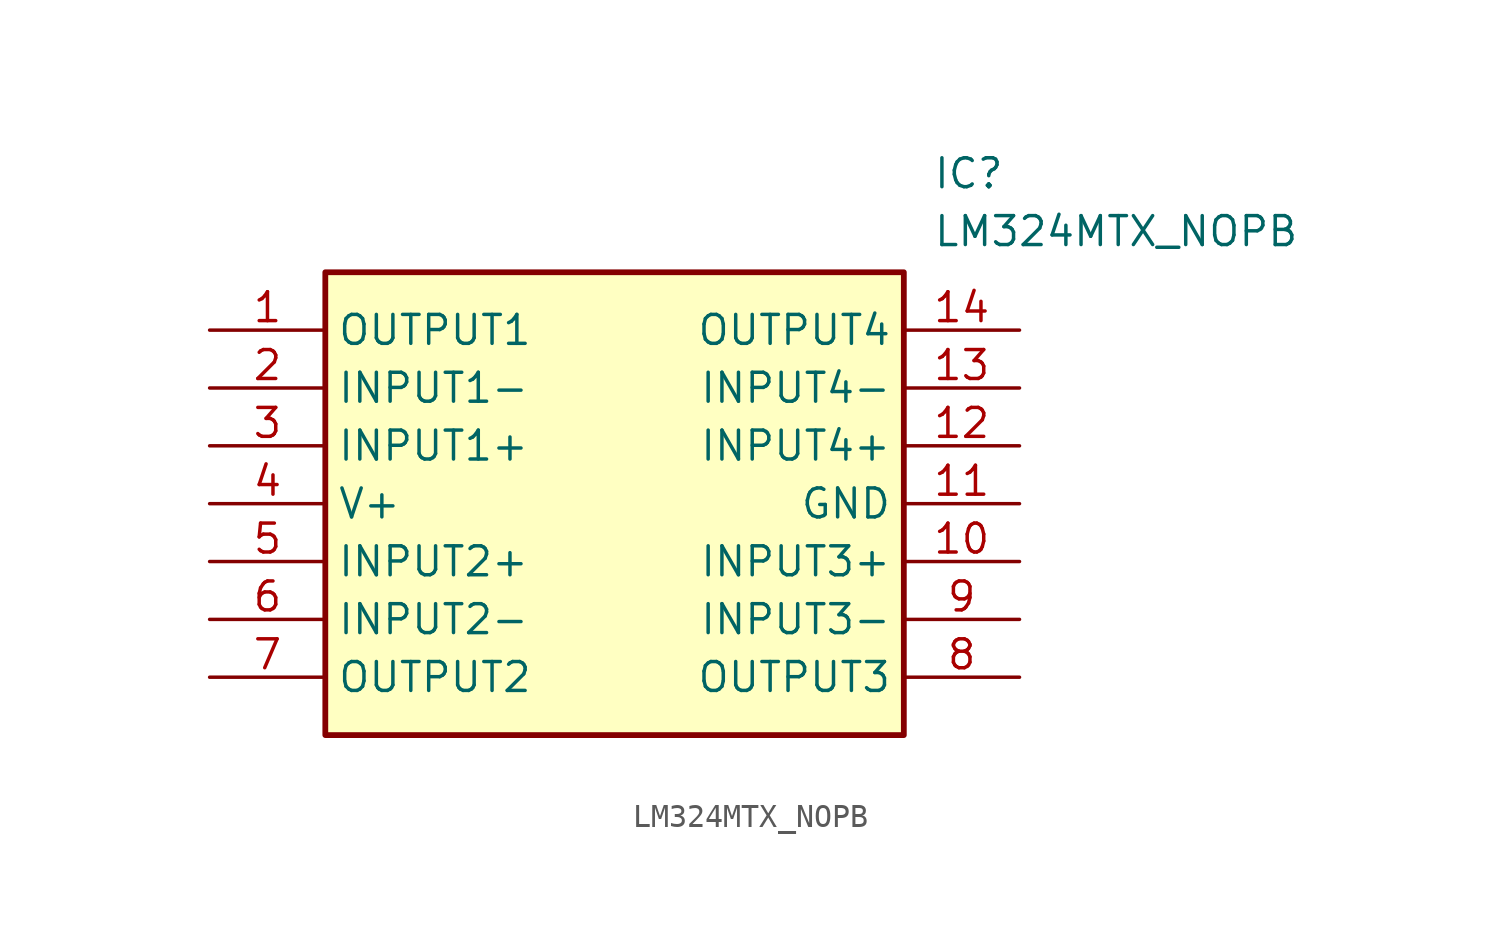
<source format=kicad_sym>
(kicad_symbol_lib
  (version 20211014)
  (generator SamacSys_ECAD_Model)
  (symbol "LM324MTX_NOPB"
    (property "Reference" "IC"
      (at 31.75 7.62 0)
      (effects (font (size 1.27 1.27)) (justify left top)))
    (property "Value" "LM324MTX_NOPB"
      (at 31.75 5.08 0)
      (effects (font (size 1.27 1.27)) (justify left top)))
    (rectangle
      (start 5.08 2.54)
      (end 30.48 -17.78)
      (stroke (width 0.254) (type default))
      (fill (type background)))
    (pin passive line
      (at 0 0 0)
      (length 5.08)
      (name "OUTPUT1" (effects (font (size 1.27 1.27))))
      (number "1" (effects (font (size 1.27 1.27)))))
    (pin passive line
      (at 0 -2.54 0)
      (length 5.08)
      (name "INPUT1-" (effects (font (size 1.27 1.27))))
      (number "2" (effects (font (size 1.27 1.27)))))
    (pin passive line
      (at 0 -5.08 0)
      (length 5.08)
      (name "INPUT1+" (effects (font (size 1.27 1.27))))
      (number "3" (effects (font (size 1.27 1.27)))))
    (pin passive line
      (at 0 -7.62 0)
      (length 5.08)
      (name "V+" (effects (font (size 1.27 1.27))))
      (number "4" (effects (font (size 1.27 1.27)))))
    (pin passive line
      (at 0 -10.16 0)
      (length 5.08)
      (name "INPUT2+" (effects (font (size 1.27 1.27))))
      (number "5" (effects (font (size 1.27 1.27)))))
    (pin passive line
      (at 0 -12.7 0)
      (length 5.08)
      (name "INPUT2-" (effects (font (size 1.27 1.27))))
      (number "6" (effects (font (size 1.27 1.27)))))
    (pin passive line
      (at 0 -15.24 0)
      (length 5.08)
      (name "OUTPUT2" (effects (font (size 1.27 1.27))))
      (number "7" (effects (font (size 1.27 1.27)))))
    (pin passive line
      (at 35.56 0 180)
      (length 5.08)
      (name "OUTPUT4" (effects (font (size 1.27 1.27))))
      (number "14" (effects (font (size 1.27 1.27)))))
    (pin passive line
      (at 35.56 -2.54 180)
      (length 5.08)
      (name "INPUT4-" (effects (font (size 1.27 1.27))))
      (number "13" (effects (font (size 1.27 1.27)))))
    (pin passive line
      (at 35.56 -5.08 180)
      (length 5.08)
      (name "INPUT4+" (effects (font (size 1.27 1.27))))
      (number "12" (effects (font (size 1.27 1.27)))))
    (pin passive line
      (at 35.56 -7.62 180)
      (length 5.08)
      (name "GND" (effects (font (size 1.27 1.27))))
      (number "11" (effects (font (size 1.27 1.27)))))
    (pin passive line
      (at 35.56 -10.16 180)
      (length 5.08)
      (name "INPUT3+" (effects (font (size 1.27 1.27))))
      (number "10" (effects (font (size 1.27 1.27)))))
    (pin passive line
      (at 35.56 -12.7 180)
      (length 5.08)
      (name "INPUT3-" (effects (font (size 1.27 1.27))))
      (number "9" (effects (font (size 1.27 1.27)))))
    (pin passive line
      (at 35.56 -15.24 180)
      (length 5.08)
      (name "OUTPUT3" (effects (font (size 1.27 1.27))))
      (number "8" (effects (font (size 1.27 1.27)))))))
</source>
